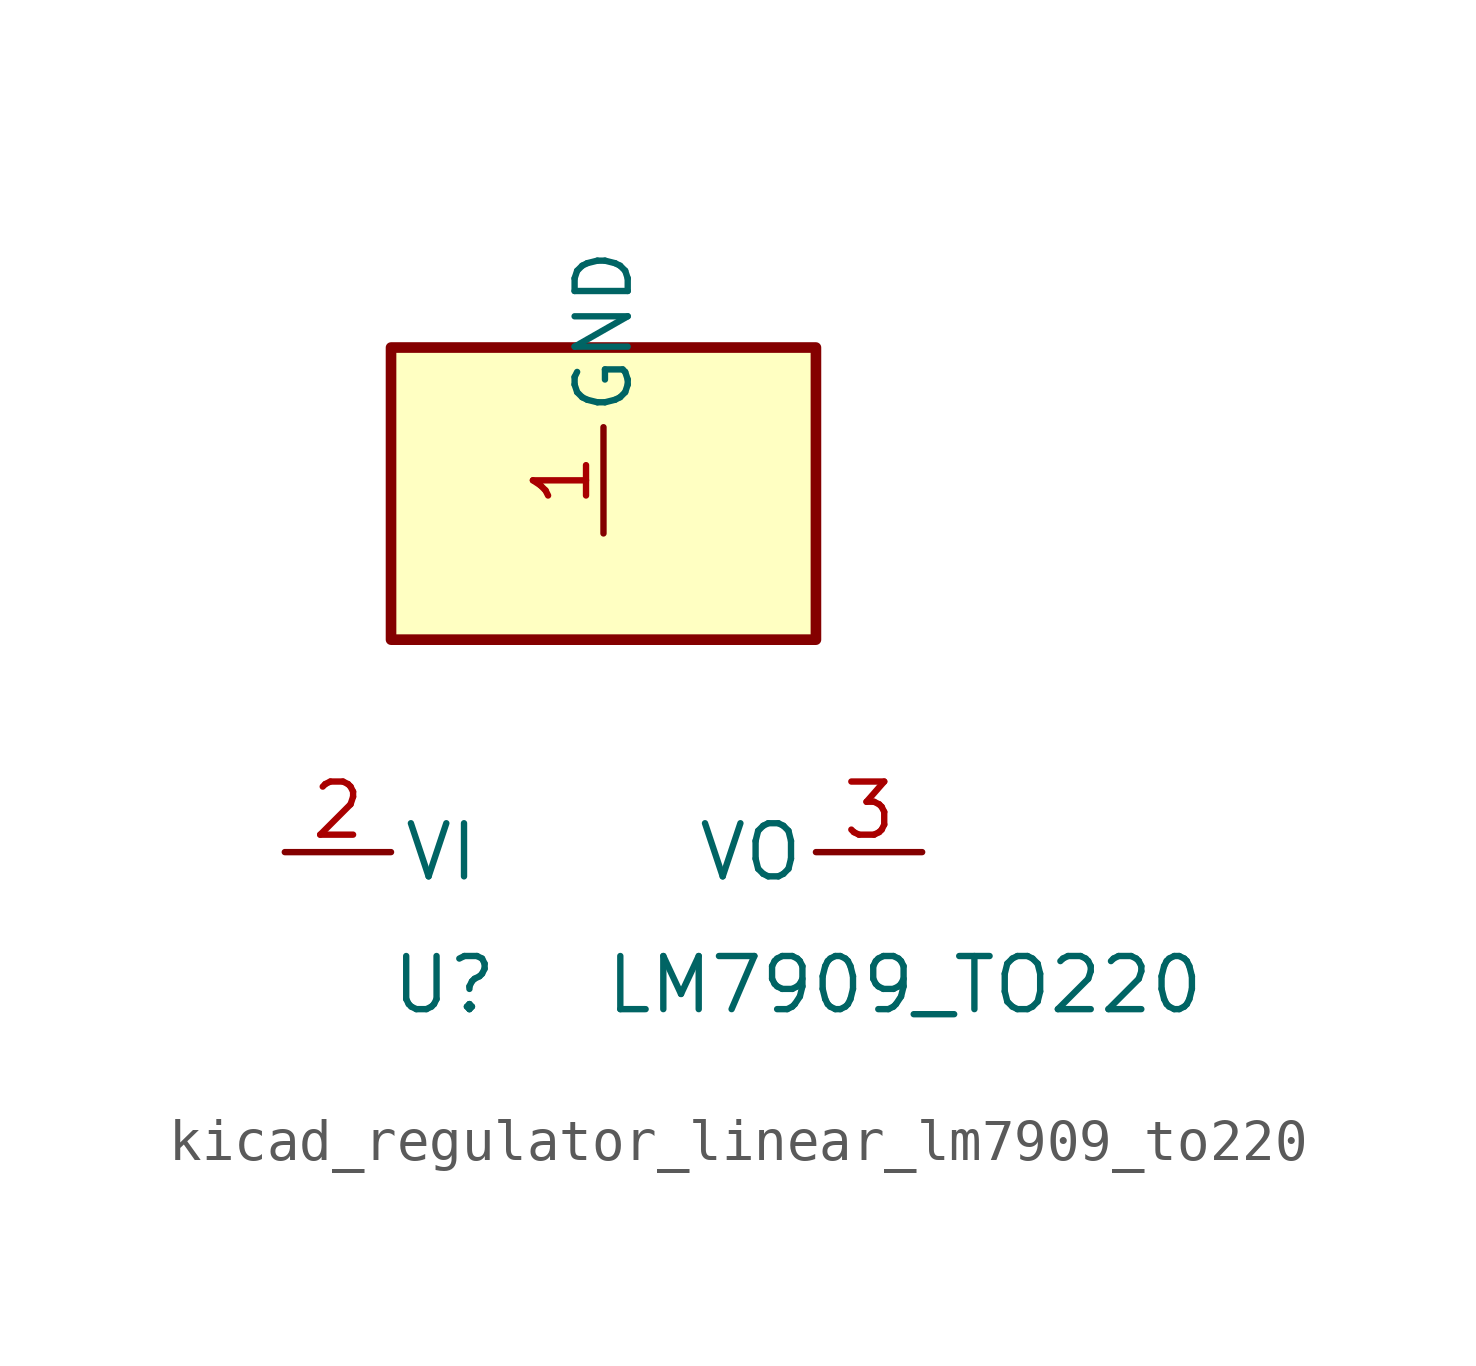
<source format=kicad_sym>
(kicad_symbol_lib
  (version 20220914)
  (generator kicad_symbol_editor)
  (symbol "kicad_regulator_linear_lm7909_to220"
    (pin_names
      (offset 0.254))
    (property "Reference" "U"
      (at -3.81 -3.175 0)
      (effects (font (size 1.27 1.27))))
    (property "Value" "LM7909_TO220"
      (at 0 -3.175 0)
      (effects (font (size 1.27 1.27)) (justify left)))
    (symbol "kicad_regulator_linear_lm7909_to220_0_1"
      (rectangle (start 5.08 12.065) (end -5.08 5.08) (stroke (width 0.254) (type default)) (fill (type background))))
    (symbol "kicad_regulator_linear_lm7909_to220_1_1"
      (pin power_in line (at 0 7.62 90) (length 2.54) (name "GND" (effects (font (size 1.27 1.27)))) (number "1" (effects (font (size 1.27 1.27)))))
      (pin power_in line (at -7.62 0 0) (length 2.54) (name "VI" (effects (font (size 1.27 1.27)))) (number "2" (effects (font (size 1.27 1.27)))))
      (pin power_out line (at 7.62 0 180) (length 2.54) (name "VO" (effects (font (size 1.27 1.27)))) (number "3" (effects (font (size 1.27 1.27))))))))
</source>
